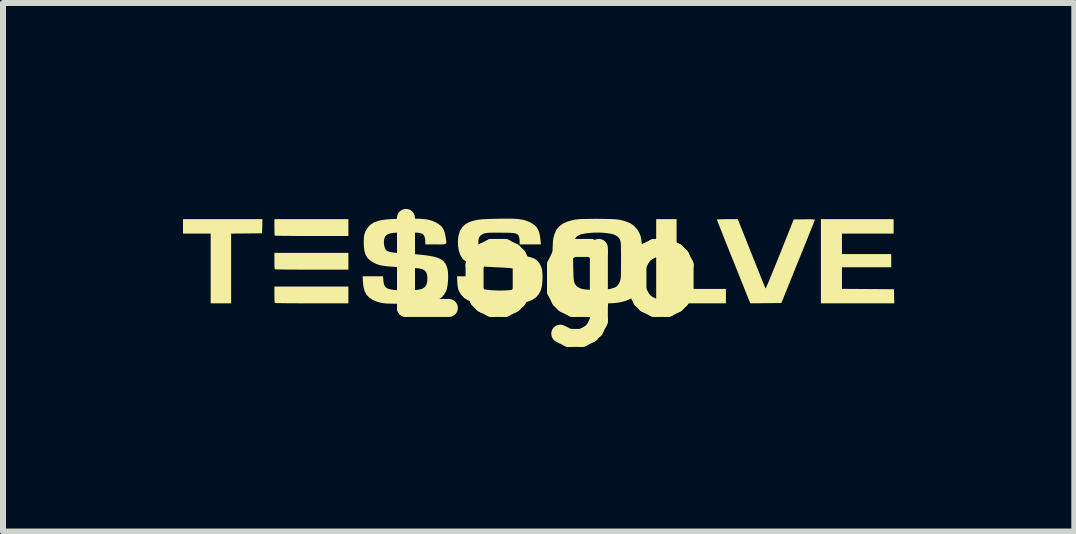
<source format=kicad_pcb>
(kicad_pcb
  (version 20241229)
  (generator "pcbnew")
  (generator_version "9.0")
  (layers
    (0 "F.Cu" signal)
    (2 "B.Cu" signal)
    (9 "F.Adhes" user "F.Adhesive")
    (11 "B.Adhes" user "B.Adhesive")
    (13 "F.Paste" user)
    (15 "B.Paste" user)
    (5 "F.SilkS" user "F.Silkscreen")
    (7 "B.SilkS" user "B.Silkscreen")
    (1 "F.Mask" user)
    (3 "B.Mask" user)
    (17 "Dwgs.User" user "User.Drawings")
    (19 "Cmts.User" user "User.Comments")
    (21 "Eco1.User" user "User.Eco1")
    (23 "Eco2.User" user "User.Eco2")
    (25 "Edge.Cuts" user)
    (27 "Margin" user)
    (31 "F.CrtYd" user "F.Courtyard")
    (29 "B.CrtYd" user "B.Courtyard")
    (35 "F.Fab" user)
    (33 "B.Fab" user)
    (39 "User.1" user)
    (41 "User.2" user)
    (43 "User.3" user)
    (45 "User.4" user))
  (footprint "Logo"
    (layer "F.Cu")
    (at 6.002 1.404)
    (property "Reference" "Logo" (at 0 0 0) (layer "F.SilkS") (effects (font (size 1.5 1.5) (thickness 0.3))))
    (attr board_only exclude_from_pos_files exclude_from_bom)
    (fp_poly (pts (xy 2.224 -0.22) (xy 2.224 0.361) (xy 2.635 0.361) (xy 3.046 0.361) (xy 3.046 0.481) (xy 3.046 0.601) (xy 2.465 0.601) (xy 1.884 0.601) (xy 1.884 -0.1) (xy 1.884 -0.802) (xy 2.054 -0.802) (xy 2.224 -0.802)) (stroke (width 0) (type solid)) (fill yes) (layer "F.SilkS"))
    (fp_poly (pts (xy -4.681 -0.684) (xy -4.684 -0.566) (xy -4.942 -0.563) (xy -5.2 -0.561) (xy -5.2 0.02) (xy -5.2 0.601) (xy -5.371 0.601) (xy -5.541 0.601) (xy -5.541 0.02) (xy -5.541 -0.561) (xy -5.771 -0.561) (xy -6.002 -0.561) (xy -6.002 -0.681) (xy -6.002 -0.802) (xy -5.34 -0.802) (xy -4.679 -0.802)) (stroke (width 0) (type solid)) (fill yes) (layer "F.SilkS"))
    (fp_poly (pts (xy -3.246 -0.661) (xy -3.246 -0.521) (xy -3.856 -0.521) (xy -3.965 -0.521) (xy -4.067 -0.521) (xy -4.162 -0.522) (xy -4.248 -0.523) (xy -4.322 -0.523) (xy -4.383 -0.524) (xy -4.43 -0.525) (xy -4.46 -0.526) (xy -4.472 -0.528) (xy -4.472 -0.528) (xy -4.475 -0.54) (xy -4.477 -0.568) (xy -4.478 -0.608) (xy -4.479 -0.657) (xy -4.479 -0.668) (xy -4.479 -0.802) (xy -3.863 -0.802) (xy -3.246 -0.802)) (stroke (width 0) (type solid)) (fill yes) (layer "F.SilkS"))
    (fp_poly (pts (xy -3.246 -0.1) (xy -3.246 0.04) (xy -3.856 0.04) (xy -3.965 0.04) (xy -4.067 0.04) (xy -4.162 0.039) (xy -4.248 0.039) (xy -4.322 0.038) (xy -4.383 0.037) (xy -4.43 0.036) (xy -4.46 0.035) (xy -4.472 0.033) (xy -4.472 0.033) (xy -4.475 0.021) (xy -4.477 -0.007) (xy -4.478 -0.047) (xy -4.479 -0.096) (xy -4.479 -0.107) (xy -4.479 -0.24) (xy -3.863 -0.24) (xy -3.246 -0.24)) (stroke (width 0) (type solid)) (fill yes) (layer "F.SilkS"))
    (fp_poly (pts (xy -3.246 0.461) (xy -3.246 0.601) (xy -3.856 0.601) (xy -3.965 0.601) (xy -4.067 0.601) (xy -4.162 0.6) (xy -4.248 0.6) (xy -4.322 0.599) (xy -4.383 0.598) (xy -4.43 0.597) (xy -4.46 0.596) (xy -4.472 0.595) (xy -4.472 0.595) (xy -4.475 0.583) (xy -4.477 0.554) (xy -4.478 0.514) (xy -4.479 0.466) (xy -4.479 0.454) (xy -4.479 0.321) (xy -3.863 0.321) (xy -3.246 0.321)) (stroke (width 0) (type solid)) (fill yes) (layer "F.SilkS"))
    (fp_poly (pts (xy 5.841 -0.681) (xy 5.841 -0.561) (xy 5.411 -0.561) (xy 4.98 -0.561) (xy 4.98 -0.391) (xy 4.98 -0.22) (xy 5.391 -0.22) (xy 5.801 -0.22) (xy 5.801 -0.11) (xy 5.801 0) (xy 5.391 0) (xy 4.98 0) (xy 4.98 0.18) (xy 4.98 0.36) (xy 5.413 0.363) (xy 5.847 0.366) (xy 5.849 0.483) (xy 5.852 0.601) (xy 5.241 0.601) (xy 4.629 0.601) (xy 4.629 -0.1) (xy 4.629 -0.802) (xy 5.235 -0.802) (xy 5.841 -0.802)) (stroke (width 0) (type solid)) (fill yes) (layer "F.SilkS"))
    (fp_poly (pts (xy 3.472 -0.228) (xy 3.513 -0.126) (xy 3.551 -0.03) (xy 3.587 0.059) (xy 3.619 0.139) (xy 3.647 0.209) (xy 3.671 0.267) (xy 3.689 0.312) (xy 3.701 0.341) (xy 3.707 0.353) (xy 3.707 0.353) (xy 3.711 0.346) (xy 3.723 0.321) (xy 3.741 0.28) (xy 3.764 0.226) (xy 3.791 0.16) (xy 3.823 0.082) (xy 3.859 -0.005) (xy 3.897 -0.099) (xy 3.938 -0.2) (xy 3.945 -0.218) (xy 4.176 -0.797) (xy 4.353 -0.799) (xy 4.411 -0.8) (xy 4.461 -0.799) (xy 4.499 -0.798) (xy 4.523 -0.795) (xy 4.529 -0.793) (xy 4.525 -0.782) (xy 4.515 -0.755) (xy 4.498 -0.712) (xy 4.476 -0.656) (xy 4.448 -0.588) (xy 4.417 -0.509) (xy 4.382 -0.422) (xy 4.344 -0.328) (xy 4.312 -0.249) (xy 4.27 -0.146) (xy 4.228 -0.043) (xy 4.188 0.057) (xy 4.15 0.151) (xy 4.115 0.236) (xy 4.085 0.312) (xy 4.059 0.375) (xy 4.04 0.422) (xy 4.033 0.441) (xy 3.97 0.596) (xy 3.711 0.599) (xy 3.452 0.601) (xy 3.174 -0.093) (xy 3.129 -0.205) (xy 3.086 -0.311) (xy 3.046 -0.411) (xy 3.01 -0.502) (xy 2.978 -0.584) (xy 2.95 -0.654) (xy 2.927 -0.712) (xy 2.91 -0.755) (xy 2.899 -0.783) (xy 2.896 -0.794) (xy 2.896 -0.794) (xy 2.905 -0.797) (xy 2.931 -0.799) (xy 2.971 -0.8) (xy 3.022 -0.801) (xy 3.07 -0.802) (xy 3.244 -0.802)) (stroke (width 0) (type solid)) (fill yes) (layer "F.SilkS"))
    (fp_poly (pts (xy 0.991 -0.806) (xy 1.072 -0.805) (xy 1.14 -0.803) (xy 1.196 -0.8) (xy 1.244 -0.795) (xy 1.286 -0.788) (xy 1.326 -0.779) (xy 1.366 -0.767) (xy 1.387 -0.76) (xy 1.457 -0.731) (xy 1.513 -0.691) (xy 1.56 -0.639) (xy 1.566 -0.631) (xy 1.587 -0.599) (xy 1.604 -0.569) (xy 1.618 -0.537) (xy 1.628 -0.501) (xy 1.636 -0.459) (xy 1.642 -0.408) (xy 1.646 -0.345) (xy 1.649 -0.268) (xy 1.651 -0.173) (xy 1.651 -0.16) (xy 1.652 -0.053) (xy 1.652 0.037) (xy 1.651 0.112) (xy 1.648 0.174) (xy 1.643 0.225) (xy 1.635 0.268) (xy 1.626 0.305) (xy 1.613 0.338) (xy 1.598 0.37) (xy 1.597 0.372) (xy 1.558 0.435) (xy 1.511 0.486) (xy 1.455 0.526) (xy 1.387 0.556) (xy 1.303 0.58) (xy 1.269 0.587) (xy 1.232 0.592) (xy 1.179 0.597) (xy 1.113 0.601) (xy 1.038 0.604) (xy 0.958 0.606) (xy 0.876 0.607) (xy 0.796 0.608) (xy 0.721 0.607) (xy 0.656 0.605) (xy 0.604 0.603) (xy 0.581 0.6) (xy 0.476 0.582) (xy 0.388 0.552) (xy 0.315 0.512) (xy 0.256 0.46) (xy 0.212 0.395) (xy 0.18 0.316) (xy 0.169 0.276) (xy 0.165 0.245) (xy 0.161 0.199) (xy 0.158 0.138) (xy 0.156 0.068) (xy 0.155 -0.01) (xy 0.155 -0.091) (xy 0.155 -0.173) (xy 0.155 -0.195) (xy 0.499 -0.195) (xy 0.5 -0.102) (xy 0.501 -0.055) (xy 0.502 0.028) (xy 0.504 0.094) (xy 0.506 0.145) (xy 0.508 0.184) (xy 0.511 0.213) (xy 0.515 0.234) (xy 0.52 0.252) (xy 0.525 0.267) (xy 0.528 0.272) (xy 0.547 0.304) (xy 0.574 0.329) (xy 0.611 0.349) (xy 0.659 0.363) (xy 0.721 0.372) (xy 0.798 0.376) (xy 0.892 0.377) (xy 0.937 0.376) (xy 1.006 0.373) (xy 1.061 0.369) (xy 1.104 0.363) (xy 1.141 0.355) (xy 1.153 0.351) (xy 1.197 0.336) (xy 1.226 0.319) (xy 1.248 0.294) (xy 1.269 0.258) (xy 1.275 0.245) (xy 1.281 0.231) (xy 1.286 0.216) (xy 1.29 0.2) (xy 1.293 0.179) (xy 1.295 0.15) (xy 1.296 0.113) (xy 1.297 0.063) (xy 1.297 -0.000482) (xy 1.298 -0.081) (xy 1.298 -0.115) (xy 1.298 -0.202) (xy 1.297 -0.272) (xy 1.297 -0.326) (xy 1.296 -0.367) (xy 1.294 -0.398) (xy 1.291 -0.421) (xy 1.288 -0.438) (xy 1.283 -0.451) (xy 1.278 -0.463) (xy 1.275 -0.468) (xy 1.252 -0.5) (xy 1.221 -0.525) (xy 1.179 -0.545) (xy 1.124 -0.559) (xy 1.053 -0.57) (xy 0.982 -0.576) (xy 0.92 -0.578) (xy 0.85 -0.577) (xy 0.78 -0.572) (xy 0.714 -0.565) (xy 0.657 -0.555) (xy 0.618 -0.545) (xy 0.574 -0.523) (xy 0.546 -0.496) (xy 0.531 -0.475) (xy 0.52 -0.45) (xy 0.511 -0.419) (xy 0.505 -0.38) (xy 0.501 -0.332) (xy 0.499 -0.27) (xy 0.499 -0.195) (xy 0.155 -0.195) (xy 0.156 -0.252) (xy 0.158 -0.325) (xy 0.161 -0.388) (xy 0.164 -0.439) (xy 0.168 -0.474) (xy 0.168 -0.475) (xy 0.19 -0.558) (xy 0.223 -0.627) (xy 0.268 -0.682) (xy 0.326 -0.726) (xy 0.4 -0.76) (xy 0.491 -0.785) (xy 0.506 -0.788) (xy 0.537 -0.794) (xy 0.569 -0.798) (xy 0.606 -0.802) (xy 0.651 -0.804) (xy 0.706 -0.805) (xy 0.774 -0.806) (xy 0.858 -0.807) (xy 0.892 -0.807)) (stroke (width 0) (type solid)) (fill yes) (layer "F.SilkS"))
    (fp_poly (pts (xy -0.556 -0.81) (xy -0.482 -0.808) (xy -0.42 -0.804) (xy -0.368 -0.797) (xy -0.323 -0.788) (xy -0.282 -0.776) (xy -0.242 -0.76) (xy -0.214 -0.747) (xy -0.159 -0.715) (xy -0.117 -0.677) (xy -0.086 -0.631) (xy -0.064 -0.574) (xy -0.05 -0.502) (xy -0.044 -0.453) (xy -0.037 -0.381) (xy -0.214 -0.381) (xy -0.391 -0.381) (xy -0.391 -0.431) (xy -0.394 -0.469) (xy -0.401 -0.504) (xy -0.405 -0.515) (xy -0.413 -0.532) (xy -0.425 -0.547) (xy -0.442 -0.557) (xy -0.465 -0.565) (xy -0.499 -0.57) (xy -0.545 -0.574) (xy -0.604 -0.575) (xy -0.681 -0.576) (xy -0.721 -0.576) (xy -0.797 -0.576) (xy -0.855 -0.576) (xy -0.899 -0.575) (xy -0.932 -0.573) (xy -0.956 -0.57) (xy -0.975 -0.566) (xy -0.991 -0.56) (xy -1.005 -0.554) (xy -1.043 -0.53) (xy -1.067 -0.498) (xy -1.079 -0.455) (xy -1.08 -0.398) (xy -1.079 -0.392) (xy -1.074 -0.351) (xy -1.062 -0.317) (xy -1.044 -0.291) (xy -1.016 -0.271) (xy -0.976 -0.256) (xy -0.922 -0.245) (xy -0.853 -0.237) (xy -0.766 -0.23) (xy -0.756 -0.23) (xy -0.623 -0.222) (xy -0.509 -0.213) (xy -0.411 -0.203) (xy -0.329 -0.192) (xy -0.261 -0.179) (xy -0.205 -0.165) (xy -0.16 -0.149) (xy -0.124 -0.131) (xy -0.123 -0.13) (xy -0.088 -0.1) (xy -0.056 -0.055) (xy -0.031 -0.002) (xy -0.019 0.038) (xy -0.013 0.088) (xy -0.01 0.149) (xy -0.012 0.215) (xy -0.017 0.28) (xy -0.026 0.336) (xy -0.038 0.38) (xy -0.038 0.382) (xy -0.072 0.447) (xy -0.118 0.5) (xy -0.178 0.542) (xy -0.253 0.573) (xy -0.306 0.587) (xy -0.336 0.592) (xy -0.383 0.596) (xy -0.444 0.599) (xy -0.515 0.602) (xy -0.594 0.605) (xy -0.676 0.607) (xy -0.759 0.608) (xy -0.84 0.608) (xy -0.915 0.608) (xy -0.981 0.606) (xy -1.035 0.604) (xy -1.072 0.601) (xy -1.17 0.582) (xy -1.251 0.552) (xy -1.317 0.511) (xy -1.368 0.457) (xy -1.4 0.403) (xy -1.414 0.368) (xy -1.423 0.329) (xy -1.428 0.279) (xy -1.43 0.25) (xy -1.436 0.15) (xy -1.265 0.15) (xy -1.095 0.15) (xy -1.09 0.22) (xy -1.083 0.272) (xy -1.07 0.309) (xy -1.048 0.336) (xy -1.015 0.356) (xy -0.981 0.367) (xy -0.93 0.376) (xy -0.868 0.382) (xy -0.798 0.386) (xy -0.725 0.388) (xy -0.651 0.387) (xy -0.582 0.383) (xy -0.522 0.377) (xy -0.474 0.368) (xy -0.464 0.366) (xy -0.422 0.349) (xy -0.394 0.326) (xy -0.374 0.292) (xy -0.364 0.263) (xy -0.353 0.199) (xy -0.356 0.141) (xy -0.374 0.092) (xy -0.395 0.064) (xy -0.41 0.051) (xy -0.427 0.04) (xy -0.45 0.031) (xy -0.479 0.024) (xy -0.517 0.018) (xy -0.567 0.013) (xy -0.631 0.008) (xy -0.712 0.004) (xy -0.777 0.001) (xy -0.849 -0.003) (xy -0.921 -0.007) (xy -0.986 -0.012) (xy -1.042 -0.017) (xy -1.083 -0.022) (xy -1.097 -0.024) (xy -1.161 -0.04) (xy -1.224 -0.064) (xy -1.279 -0.092) (xy -1.324 -0.122) (xy -1.347 -0.146) (xy -1.381 -0.205) (xy -1.405 -0.276) (xy -1.418 -0.355) (xy -1.421 -0.437) (xy -1.413 -0.516) (xy -1.393 -0.588) (xy -1.381 -0.616) (xy -1.341 -0.676) (xy -1.288 -0.723) (xy -1.233 -0.752) (xy -1.193 -0.766) (xy -1.154 -0.778) (xy -1.113 -0.787) (xy -1.067 -0.794) (xy -1.013 -0.799) (xy -0.948 -0.803) (xy -0.87 -0.806) (xy -0.775 -0.808) (xy -0.751 -0.809) (xy -0.645 -0.81)) (stroke (width 0) (type solid)) (fill yes) (layer "F.SilkS"))
    (fp_poly (pts (xy -2.128 -0.81) (xy -2.053 -0.808) (xy -1.991 -0.803) (xy -1.938 -0.797) (xy -1.893 -0.787) (xy -1.852 -0.775) (xy -1.814 -0.759) (xy -1.801 -0.753) (xy -1.74 -0.719) (xy -1.694 -0.68) (xy -1.661 -0.633) (xy -1.639 -0.574) (xy -1.624 -0.5) (xy -1.624 -0.498) (xy -1.618 -0.456) (xy -1.614 -0.425) (xy -1.615 -0.404) (xy -1.623 -0.391) (xy -1.641 -0.384) (xy -1.672 -0.381) (xy -1.717 -0.38) (xy -1.779 -0.381) (xy -1.789 -0.381) (xy -1.964 -0.381) (xy -1.964 -0.433) (xy -1.968 -0.475) (xy -1.978 -0.512) (xy -1.981 -0.521) (xy -1.993 -0.539) (xy -2.007 -0.553) (xy -2.028 -0.563) (xy -2.058 -0.571) (xy -2.098 -0.576) (xy -2.152 -0.579) (xy -2.222 -0.58) (xy -2.276 -0.58) (xy -2.37 -0.58) (xy -2.447 -0.577) (xy -2.507 -0.572) (xy -2.553 -0.563) (xy -2.588 -0.551) (xy -2.614 -0.534) (xy -2.632 -0.513) (xy -2.642 -0.494) (xy -2.652 -0.455) (xy -2.654 -0.409) (xy -2.649 -0.362) (xy -2.638 -0.32) (xy -2.621 -0.288) (xy -2.608 -0.276) (xy -2.579 -0.263) (xy -2.54 -0.252) (xy -2.488 -0.244) (xy -2.42 -0.236) (xy -2.335 -0.23) (xy -2.33 -0.23) (xy -2.194 -0.222) (xy -2.077 -0.212) (xy -1.977 -0.202) (xy -1.892 -0.19) (xy -1.822 -0.176) (xy -1.764 -0.16) (xy -1.717 -0.14) (xy -1.679 -0.117) (xy -1.65 -0.089) (xy -1.627 -0.057) (xy -1.61 -0.02) (xy -1.597 0.018) (xy -1.588 0.065) (xy -1.584 0.125) (xy -1.584 0.191) (xy -1.588 0.258) (xy -1.596 0.32) (xy -1.607 0.369) (xy -1.611 0.382) (xy -1.645 0.448) (xy -1.691 0.501) (xy -1.751 0.542) (xy -1.826 0.573) (xy -1.879 0.587) (xy -1.909 0.592) (xy -1.956 0.596) (xy -2.017 0.599) (xy -2.088 0.602) (xy -2.167 0.605) (xy -2.249 0.607) (xy -2.332 0.608) (xy -2.413 0.608) (xy -2.488 0.608) (xy -2.554 0.606) (xy -2.608 0.604) (xy -2.645 0.601) (xy -2.706 0.591) (xy -2.756 0.579) (xy -2.803 0.561) (xy -2.838 0.545) (xy -2.897 0.507) (xy -2.942 0.46) (xy -2.974 0.401) (xy -2.994 0.329) (xy -3.003 0.25) (xy -3.009 0.15) (xy -2.838 0.15) (xy -2.668 0.15) (xy -2.663 0.22) (xy -2.657 0.267) (xy -2.646 0.304) (xy -2.627 0.331) (xy -2.598 0.352) (xy -2.557 0.366) (xy -2.5 0.376) (xy -2.427 0.383) (xy -2.41 0.384) (xy -2.326 0.388) (xy -2.244 0.388) (xy -2.168 0.384) (xy -2.101 0.377) (xy -2.046 0.367) (xy -2.008 0.355) (xy -2.007 0.354) (xy -1.97 0.329) (xy -1.946 0.294) (xy -1.933 0.246) (xy -1.929 0.191) (xy -1.933 0.132) (xy -1.947 0.087) (xy -1.972 0.055) (xy -2.011 0.033) (xy -2.066 0.02) (xy -2.129 0.014) (xy -2.252 0.007) (xy -2.357 0.002) (xy -2.445 -0.004) (xy -2.519 -0.009) (xy -2.581 -0.014) (xy -2.632 -0.02) (xy -2.674 -0.026) (xy -2.71 -0.033) (xy -2.74 -0.041) (xy -2.768 -0.05) (xy -2.794 -0.061) (xy -2.82 -0.074) (xy -2.821 -0.075) (xy -2.88 -0.11) (xy -2.924 -0.151) (xy -2.956 -0.202) (xy -2.977 -0.265) (xy -2.988 -0.341) (xy -2.99 -0.411) (xy -2.989 -0.466) (xy -2.987 -0.506) (xy -2.982 -0.538) (xy -2.973 -0.567) (xy -2.967 -0.585) (xy -2.93 -0.653) (xy -2.882 -0.707) (xy -2.824 -0.745) (xy -2.807 -0.752) (xy -2.767 -0.766) (xy -2.728 -0.778) (xy -2.687 -0.787) (xy -2.641 -0.794) (xy -2.587 -0.799) (xy -2.523 -0.803) (xy -2.445 -0.806) (xy -2.351 -0.808) (xy -2.325 -0.809) (xy -2.218 -0.81)) (stroke (width 0) (type solid)) (fill yes) (layer "F.SilkS")))
  (gr_rect
    (start -3 -3)
    (end 14.854 5.808)
    (stroke (width 0.1) (type default))
    (fill no)
    (layer "Edge.Cuts")))
</source>
